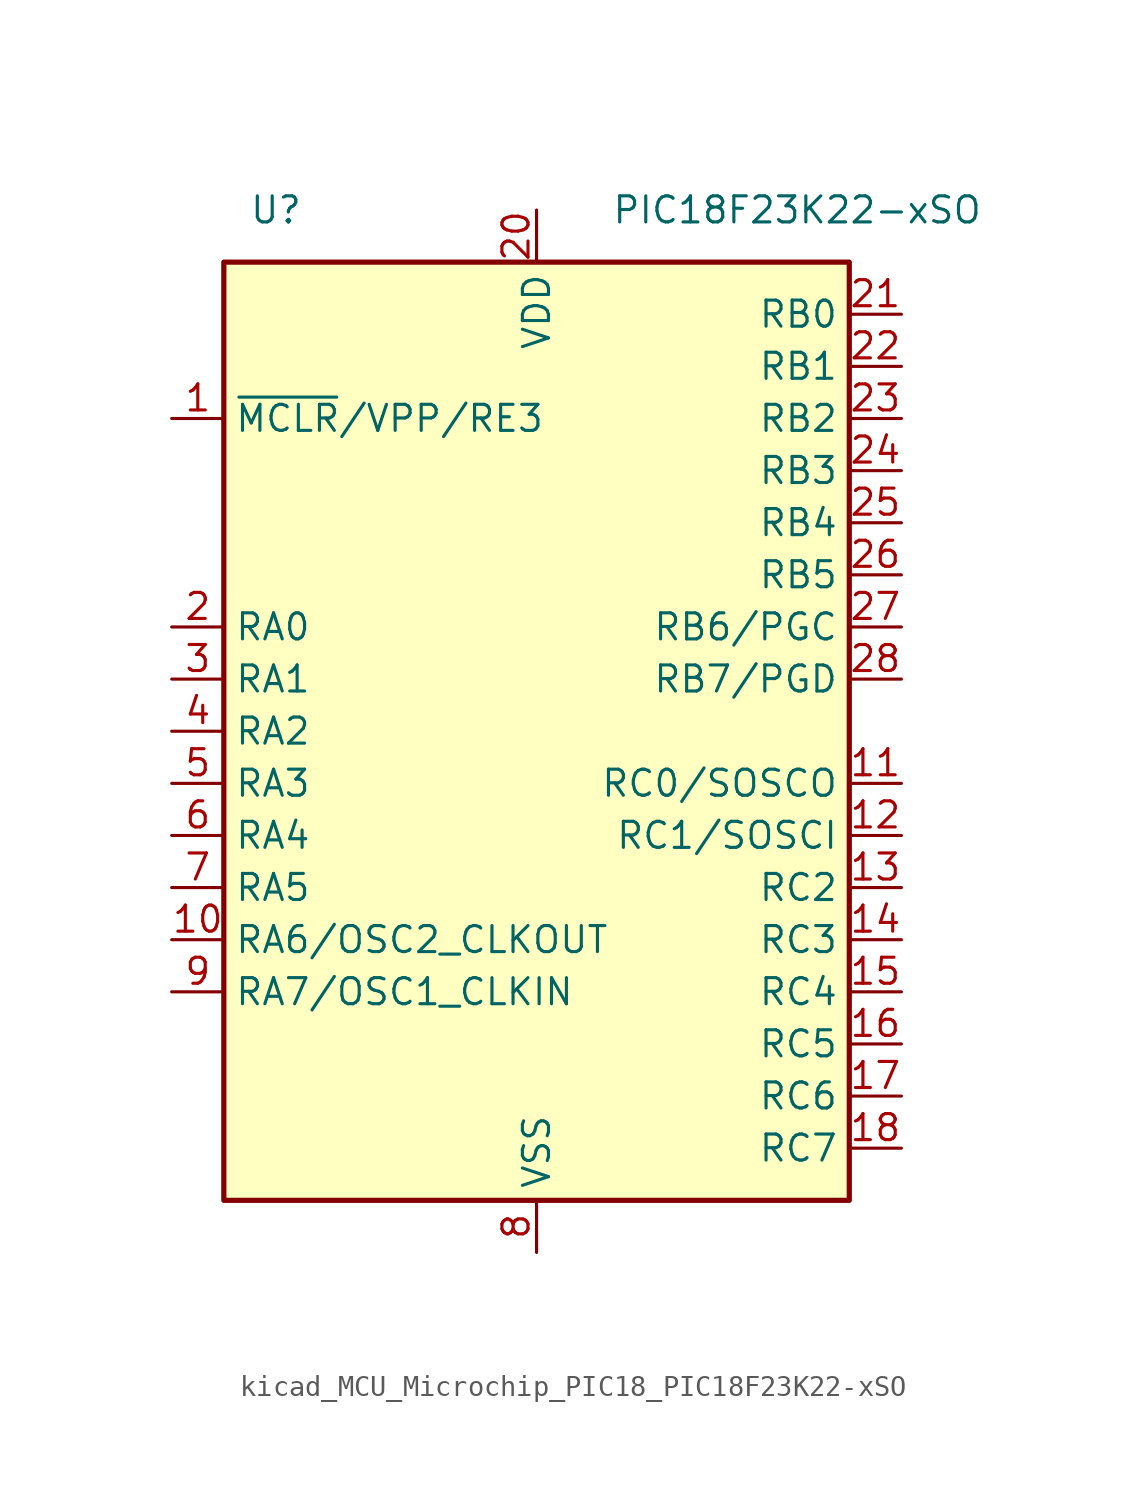
<source format=kicad_sym>
(kicad_symbol_lib
  (version 20220914)
  (generator kicad_symbol_editor)
  (symbol "kicad_MCU_Microchip_PIC18_PIC18F23K22-xSO"
    (property "Reference" "U"
      (at -12.7 25.4 0)
      (effects (font (size 1.27 1.27))))
    (property "Value" "PIC18F23K22-xSO"
      (at 12.7 25.4 0)
      (effects (font (size 1.27 1.27))))
    (symbol "kicad_MCU_Microchip_PIC18_PIC18F23K22-xSO_1_1"
      (rectangle (start -15.24 22.86) (end 15.24 -22.86) (stroke (width 0.254) (type default)) (fill (type background)))
      (pin input line (at -17.78 15.24 0) (length 2.54) (name "~{MCLR}/VPP/RE3" (effects (font (size 1.27 1.27)))) (number "1" (effects (font (size 1.27 1.27)))))
      (pin bidirectional line (at -17.78 -10.16 0) (length 2.54) (name "RA6/OSC2_CLKOUT" (effects (font (size 1.27 1.27)))) (number "10" (effects (font (size 1.27 1.27)))))
      (pin bidirectional line (at 17.78 -2.54 180) (length 2.54) (name "RC0/SOSCO" (effects (font (size 1.27 1.27)))) (number "11" (effects (font (size 1.27 1.27)))))
      (pin bidirectional line (at 17.78 -5.08 180) (length 2.54) (name "RC1/SOSCI" (effects (font (size 1.27 1.27)))) (number "12" (effects (font (size 1.27 1.27)))))
      (pin bidirectional line (at 17.78 -7.62 180) (length 2.54) (name "RC2" (effects (font (size 1.27 1.27)))) (number "13" (effects (font (size 1.27 1.27)))))
      (pin bidirectional line (at 17.78 -10.16 180) (length 2.54) (name "RC3" (effects (font (size 1.27 1.27)))) (number "14" (effects (font (size 1.27 1.27)))))
      (pin bidirectional line (at 17.78 -12.7 180) (length 2.54) (name "RC4" (effects (font (size 1.27 1.27)))) (number "15" (effects (font (size 1.27 1.27)))))
      (pin bidirectional line (at 17.78 -15.24 180) (length 2.54) (name "RC5" (effects (font (size 1.27 1.27)))) (number "16" (effects (font (size 1.27 1.27)))))
      (pin bidirectional line (at 17.78 -17.78 180) (length 2.54) (name "RC6" (effects (font (size 1.27 1.27)))) (number "17" (effects (font (size 1.27 1.27)))))
      (pin bidirectional line (at 17.78 -20.32 180) (length 2.54) (name "RC7" (effects (font (size 1.27 1.27)))) (number "18" (effects (font (size 1.27 1.27)))))
      (pin passive line (at 0 -25.4 90) (length 2.54) hide (name "VSS" (effects (font (size 1.27 1.27)))) (number "19" (effects (font (size 1.27 1.27)))))
      (pin bidirectional line (at -17.78 5.08 0) (length 2.54) (name "RA0" (effects (font (size 1.27 1.27)))) (number "2" (effects (font (size 1.27 1.27)))))
      (pin power_in line (at 0 25.4 270) (length 2.54) (name "VDD" (effects (font (size 1.27 1.27)))) (number "20" (effects (font (size 1.27 1.27)))))
      (pin bidirectional line (at 17.78 20.32 180) (length 2.54) (name "RB0" (effects (font (size 1.27 1.27)))) (number "21" (effects (font (size 1.27 1.27)))))
      (pin bidirectional line (at 17.78 17.78 180) (length 2.54) (name "RB1" (effects (font (size 1.27 1.27)))) (number "22" (effects (font (size 1.27 1.27)))))
      (pin bidirectional line (at 17.78 15.24 180) (length 2.54) (name "RB2" (effects (font (size 1.27 1.27)))) (number "23" (effects (font (size 1.27 1.27)))))
      (pin bidirectional line (at 17.78 12.7 180) (length 2.54) (name "RB3" (effects (font (size 1.27 1.27)))) (number "24" (effects (font (size 1.27 1.27)))))
      (pin bidirectional line (at 17.78 10.16 180) (length 2.54) (name "RB4" (effects (font (size 1.27 1.27)))) (number "25" (effects (font (size 1.27 1.27)))))
      (pin bidirectional line (at 17.78 7.62 180) (length 2.54) (name "RB5" (effects (font (size 1.27 1.27)))) (number "26" (effects (font (size 1.27 1.27)))))
      (pin bidirectional line (at 17.78 5.08 180) (length 2.54) (name "RB6/PGC" (effects (font (size 1.27 1.27)))) (number "27" (effects (font (size 1.27 1.27)))))
      (pin bidirectional line (at 17.78 2.54 180) (length 2.54) (name "RB7/PGD" (effects (font (size 1.27 1.27)))) (number "28" (effects (font (size 1.27 1.27)))))
      (pin bidirectional line (at -17.78 2.54 0) (length 2.54) (name "RA1" (effects (font (size 1.27 1.27)))) (number "3" (effects (font (size 1.27 1.27)))))
      (pin bidirectional line (at -17.78 0 0) (length 2.54) (name "RA2" (effects (font (size 1.27 1.27)))) (number "4" (effects (font (size 1.27 1.27)))))
      (pin bidirectional line (at -17.78 -2.54 0) (length 2.54) (name "RA3" (effects (font (size 1.27 1.27)))) (number "5" (effects (font (size 1.27 1.27)))))
      (pin bidirectional line (at -17.78 -5.08 0) (length 2.54) (name "RA4" (effects (font (size 1.27 1.27)))) (number "6" (effects (font (size 1.27 1.27)))))
      (pin bidirectional line (at -17.78 -7.62 0) (length 2.54) (name "RA5" (effects (font (size 1.27 1.27)))) (number "7" (effects (font (size 1.27 1.27)))))
      (pin power_in line (at 0 -25.4 90) (length 2.54) (name "VSS" (effects (font (size 1.27 1.27)))) (number "8" (effects (font (size 1.27 1.27)))))
      (pin bidirectional line (at -17.78 -12.7 0) (length 2.54) (name "RA7/OSC1_CLKIN" (effects (font (size 1.27 1.27)))) (number "9" (effects (font (size 1.27 1.27))))))))
</source>
